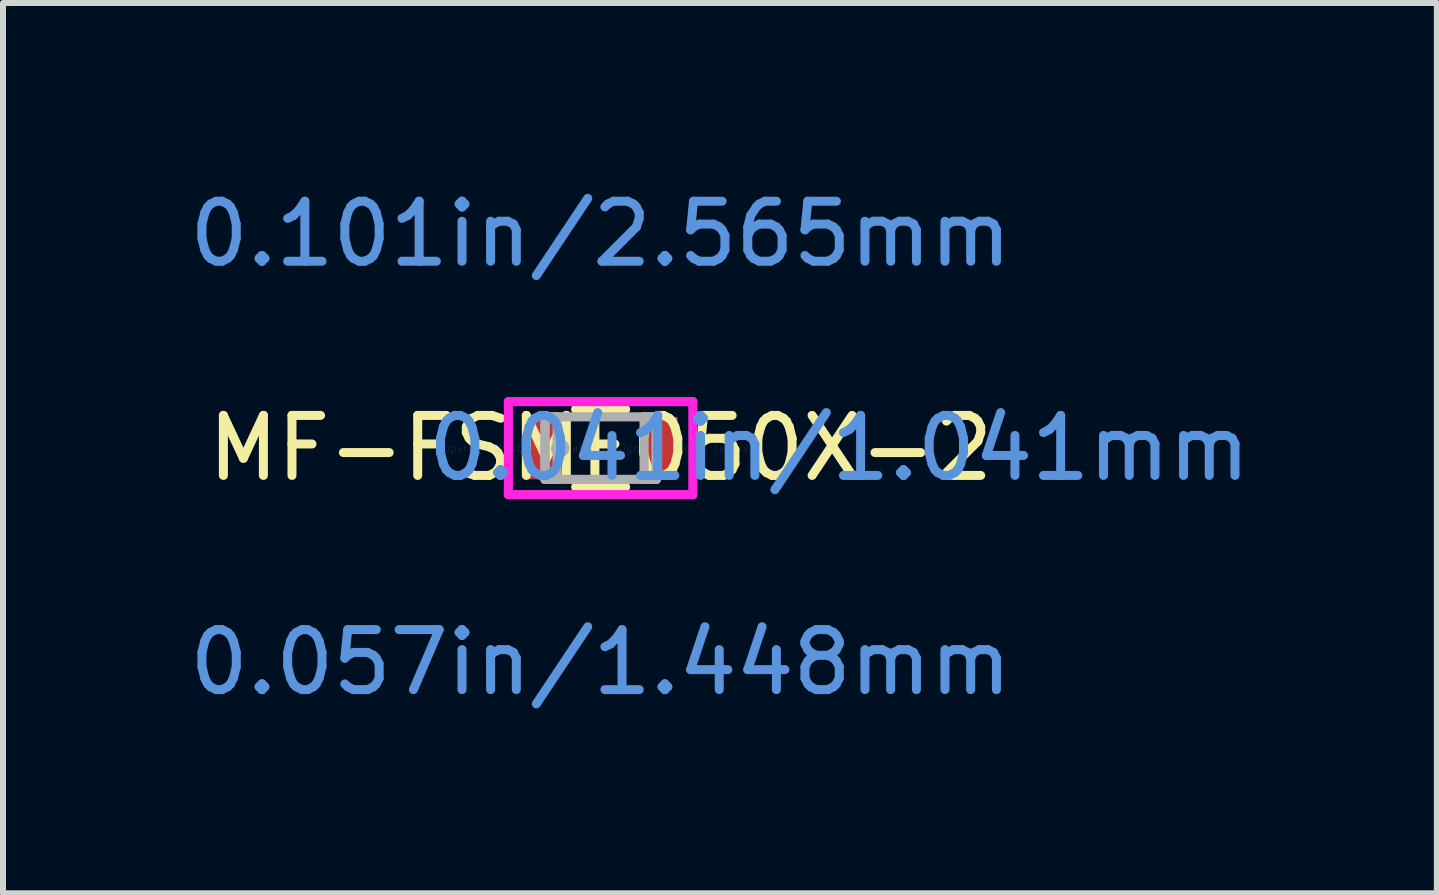
<source format=kicad_pcb>
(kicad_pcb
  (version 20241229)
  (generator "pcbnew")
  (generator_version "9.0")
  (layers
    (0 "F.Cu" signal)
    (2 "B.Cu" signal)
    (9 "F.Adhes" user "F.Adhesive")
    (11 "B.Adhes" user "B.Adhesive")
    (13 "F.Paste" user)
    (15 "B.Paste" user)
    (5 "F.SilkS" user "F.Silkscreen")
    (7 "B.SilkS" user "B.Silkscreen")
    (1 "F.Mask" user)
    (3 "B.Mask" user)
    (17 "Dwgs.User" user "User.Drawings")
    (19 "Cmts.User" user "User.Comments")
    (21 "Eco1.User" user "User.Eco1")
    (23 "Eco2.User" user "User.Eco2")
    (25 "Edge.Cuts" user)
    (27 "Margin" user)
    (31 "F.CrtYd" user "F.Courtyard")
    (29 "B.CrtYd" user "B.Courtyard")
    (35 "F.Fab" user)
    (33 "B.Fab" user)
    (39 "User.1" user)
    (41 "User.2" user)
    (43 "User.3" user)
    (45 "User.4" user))
  (footprint "MF-FSMF050X-2"
    (layer "F.Cu")
    (at 6.958 4.417)
    (property "Reference" "MF-FSMF050X-2" (at 0 0 0) (layer "F.SilkS") (effects (font (size 1 1) (thickness 0.15))))
    (attr through_hole)
    (fp_line (start -0.416 0.648) (end 0.416 0.648) (stroke (width 0.152) (type solid)) (layer "F.SilkS"))
    (fp_line (start 0.416 -0.648) (end -0.416 -0.648) (stroke (width 0.152) (type solid)) (layer "F.SilkS"))
    (fp_line (start -1.537 -0.775) (end 1.537 -0.775) (stroke (width 0.152) (type solid)) (layer "F.CrtYd"))
    (fp_line (start -1.537 0.775) (end -1.537 -0.775) (stroke (width 0.152) (type solid)) (layer "F.CrtYd"))
    (fp_line (start 1.537 -0.775) (end 1.537 0.775) (stroke (width 0.152) (type solid)) (layer "F.CrtYd"))
    (fp_line (start 1.537 0.775) (end -1.537 0.775) (stroke (width 0.152) (type solid)) (layer "F.CrtYd"))
    (fp_line (start -0.927 -0.521) (end -0.927 0.521) (stroke (width 0.152) (type solid)) (layer "F.Fab"))
    (fp_line (start -0.927 -0.521) (end -0.927 0.521) (stroke (width 0.152) (type solid)) (layer "F.Fab"))
    (fp_line (start -0.927 0.521) (end -0.724 0.521) (stroke (width 0.152) (type solid)) (layer "F.Fab"))
    (fp_line (start -0.927 0.521) (end 0.927 0.521) (stroke (width 0.152) (type solid)) (layer "F.Fab"))
    (fp_line (start -0.724 -0.521) (end -0.927 -0.521) (stroke (width 0.152) (type solid)) (layer "F.Fab"))
    (fp_line (start -0.724 0.521) (end -0.724 -0.521) (stroke (width 0.152) (type solid)) (layer "F.Fab"))
    (fp_line (start 0.724 -0.521) (end 0.724 0.521) (stroke (width 0.152) (type solid)) (layer "F.Fab"))
    (fp_line (start 0.724 0.521) (end 0.927 0.521) (stroke (width 0.152) (type solid)) (layer "F.Fab"))
    (fp_line (start 0.927 -0.521) (end -0.927 -0.521) (stroke (width 0.152) (type solid)) (layer "F.Fab"))
    (fp_line (start 0.927 -0.521) (end 0.724 -0.521) (stroke (width 0.152) (type solid)) (layer "F.Fab"))
    (fp_line (start 0.927 0.521) (end 0.927 -0.521) (stroke (width 0.152) (type solid)) (layer "F.Fab"))
    (fp_line (start 0.927 0.521) (end 0.927 -0.521) (stroke (width 0.152) (type solid)) (layer "F.Fab"))
    (fp_circle (center -0.673 0) (end -0.673 0) (stroke (width 0.152) (type solid)) (fill no) (layer "F.Fab"))
    (fp_text user "0.101in/2.565mm" (at 0 -3.569 0) (layer "Cmts.User") (effects (font (size 1 1) (thickness 0.15))))
    (fp_text user "Copyright 2016 Accelerated Designs. All rights reserved." (at 0 0 0) (layer "Cmts.User") (effects (font (size 0.127 0.127) (thickness 0.002))))
    (fp_text user "0.057in/1.448mm" (at 0 3.569 0) (layer "Cmts.User") (effects (font (size 1 1) (thickness 0.15))))
    (fp_text user "0.041in/1.041mm" (at 3.975 0 0) (layer "Cmts.User") (effects (font (size 1 1) (thickness 0.15))))
    (pad "1" smd rect (at -1.003 0) (size 0.559 1.041) (layers "F.Cu" "F.Mask" "F.Paste"))
    (pad "2" smd rect (at 1.003 0) (size 0.559 1.041) (layers "F.Cu" "F.Mask" "F.Paste")))
  (gr_rect
    (start -3 -3)
    (end 20.892 11.834)
    (stroke (width 0.1) (type default))
    (fill no)
    (layer "Edge.Cuts")))
</source>
